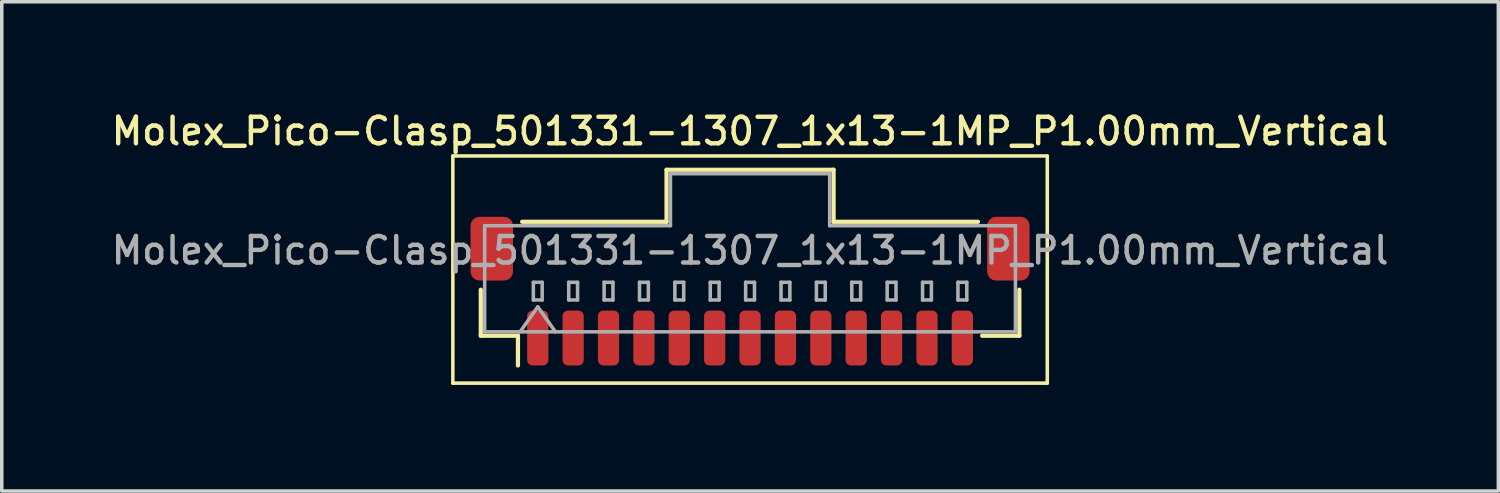
<source format=kicad_pcb>
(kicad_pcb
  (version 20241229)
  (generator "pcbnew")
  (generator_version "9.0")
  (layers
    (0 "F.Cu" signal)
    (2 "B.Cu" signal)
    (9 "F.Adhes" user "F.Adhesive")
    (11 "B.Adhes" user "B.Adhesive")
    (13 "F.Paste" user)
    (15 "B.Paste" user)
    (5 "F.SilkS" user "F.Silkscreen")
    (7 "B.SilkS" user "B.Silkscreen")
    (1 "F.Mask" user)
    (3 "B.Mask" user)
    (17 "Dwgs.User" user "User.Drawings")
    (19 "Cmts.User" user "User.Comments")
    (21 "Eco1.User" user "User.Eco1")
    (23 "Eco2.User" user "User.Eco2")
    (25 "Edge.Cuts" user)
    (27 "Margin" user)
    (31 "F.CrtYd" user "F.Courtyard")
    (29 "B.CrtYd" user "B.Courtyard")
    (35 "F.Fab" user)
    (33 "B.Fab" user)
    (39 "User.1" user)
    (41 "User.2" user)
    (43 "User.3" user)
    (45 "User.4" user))
  (footprint "Molex_Pico-Clasp_501331-1307_1x13-1MP_P1.00mm_Vertical"
    (layer "F.Cu")
    (at 18.148 5.178)
    (property "Reference" "Molex_Pico-Clasp_501331-1307_1x13-1MP_P1.00mm_Vertical" (at 0 -4.52 0) (layer "F.SilkS") (effects (font (size 0.75 0.75) (thickness 0.125))))
    (attr smd)
    (fp_line (start -8.4 -3.82) (end -8.4 2.6) (stroke (width 0.1) (type solid)) (layer "F.SilkS"))
    (fp_line (start -8.4 2.6) (end 8.4 2.6) (stroke (width 0.1) (type solid)) (layer "F.SilkS"))
    (fp_line (start -7.61 -0.04) (end -7.61 1.26) (stroke (width 0.12) (type solid)) (layer "F.SilkS"))
    (fp_line (start -7.61 1.26) (end -6.56 1.26) (stroke (width 0.12) (type solid)) (layer "F.SilkS"))
    (fp_line (start -6.56 1.26) (end -6.56 2.1) (stroke (width 0.12) (type solid)) (layer "F.SilkS"))
    (fp_line (start -6.44 -1.96) (end -2.36 -1.96) (stroke (width 0.12) (type solid)) (layer "F.SilkS"))
    (fp_line (start -2.36 -3.43) (end 2.36 -3.43) (stroke (width 0.12) (type solid)) (layer "F.SilkS"))
    (fp_line (start -2.36 -1.96) (end -2.36 -3.43) (stroke (width 0.12) (type solid)) (layer "F.SilkS"))
    (fp_line (start 2.36 -3.43) (end 2.36 -1.96) (stroke (width 0.12) (type solid)) (layer "F.SilkS"))
    (fp_line (start 2.36 -1.96) (end 6.44 -1.96) (stroke (width 0.12) (type solid)) (layer "F.SilkS"))
    (fp_line (start 7.61 -0.04) (end 7.61 1.26) (stroke (width 0.12) (type solid)) (layer "F.SilkS"))
    (fp_line (start 7.61 1.26) (end 6.56 1.26) (stroke (width 0.12) (type solid)) (layer "F.SilkS"))
    (fp_line (start 8.4 -3.82) (end -8.4 -3.82) (stroke (width 0.1) (type solid)) (layer "F.SilkS"))
    (fp_line (start 8.4 2.6) (end 8.4 -3.82) (stroke (width 0.1) (type solid)) (layer "F.SilkS"))
    (fp_line (start -7.5 -1.85) (end -2.25 -1.85) (stroke (width 0.1) (type solid)) (layer "F.Fab"))
    (fp_line (start -7.5 1.15) (end -7.5 -1.85) (stroke (width 0.1) (type solid)) (layer "F.Fab"))
    (fp_line (start -7.5 1.15) (end 7.5 1.15) (stroke (width 0.1) (type solid)) (layer "F.Fab"))
    (fp_line (start -6.5 1.15) (end -6 0.443) (stroke (width 0.1) (type solid)) (layer "F.Fab"))
    (fp_line (start -6.125 -0.25) (end -6.125 0.25) (stroke (width 0.1) (type solid)) (layer "F.Fab"))
    (fp_line (start -6.125 0.25) (end -5.875 0.25) (stroke (width 0.1) (type solid)) (layer "F.Fab"))
    (fp_line (start -6 0.443) (end -5.5 1.15) (stroke (width 0.1) (type solid)) (layer "F.Fab"))
    (fp_line (start -5.875 -0.25) (end -6.125 -0.25) (stroke (width 0.1) (type solid)) (layer "F.Fab"))
    (fp_line (start -5.875 0.25) (end -5.875 -0.25) (stroke (width 0.1) (type solid)) (layer "F.Fab"))
    (fp_line (start -5.125 -0.25) (end -5.125 0.25) (stroke (width 0.1) (type solid)) (layer "F.Fab"))
    (fp_line (start -5.125 0.25) (end -4.875 0.25) (stroke (width 0.1) (type solid)) (layer "F.Fab"))
    (fp_line (start -4.875 -0.25) (end -5.125 -0.25) (stroke (width 0.1) (type solid)) (layer "F.Fab"))
    (fp_line (start -4.875 0.25) (end -4.875 -0.25) (stroke (width 0.1) (type solid)) (layer "F.Fab"))
    (fp_line (start -4.125 -0.25) (end -4.125 0.25) (stroke (width 0.1) (type solid)) (layer "F.Fab"))
    (fp_line (start -4.125 0.25) (end -3.875 0.25) (stroke (width 0.1) (type solid)) (layer "F.Fab"))
    (fp_line (start -3.875 -0.25) (end -4.125 -0.25) (stroke (width 0.1) (type solid)) (layer "F.Fab"))
    (fp_line (start -3.875 0.25) (end -3.875 -0.25) (stroke (width 0.1) (type solid)) (layer "F.Fab"))
    (fp_line (start -3.125 -0.25) (end -3.125 0.25) (stroke (width 0.1) (type solid)) (layer "F.Fab"))
    (fp_line (start -3.125 0.25) (end -2.875 0.25) (stroke (width 0.1) (type solid)) (layer "F.Fab"))
    (fp_line (start -2.875 -0.25) (end -3.125 -0.25) (stroke (width 0.1) (type solid)) (layer "F.Fab"))
    (fp_line (start -2.875 0.25) (end -2.875 -0.25) (stroke (width 0.1) (type solid)) (layer "F.Fab"))
    (fp_line (start -2.25 -3.32) (end 2.25 -3.32) (stroke (width 0.1) (type solid)) (layer "F.Fab"))
    (fp_line (start -2.25 -1.85) (end -2.25 -3.32) (stroke (width 0.1) (type solid)) (layer "F.Fab"))
    (fp_line (start -2.125 -0.25) (end -2.125 0.25) (stroke (width 0.1) (type solid)) (layer "F.Fab"))
    (fp_line (start -2.125 0.25) (end -1.875 0.25) (stroke (width 0.1) (type solid)) (layer "F.Fab"))
    (fp_line (start -1.875 -0.25) (end -2.125 -0.25) (stroke (width 0.1) (type solid)) (layer "F.Fab"))
    (fp_line (start -1.875 0.25) (end -1.875 -0.25) (stroke (width 0.1) (type solid)) (layer "F.Fab"))
    (fp_line (start -1.125 -0.25) (end -1.125 0.25) (stroke (width 0.1) (type solid)) (layer "F.Fab"))
    (fp_line (start -1.125 0.25) (end -0.875 0.25) (stroke (width 0.1) (type solid)) (layer "F.Fab"))
    (fp_line (start -0.875 -0.25) (end -1.125 -0.25) (stroke (width 0.1) (type solid)) (layer "F.Fab"))
    (fp_line (start -0.875 0.25) (end -0.875 -0.25) (stroke (width 0.1) (type solid)) (layer "F.Fab"))
    (fp_line (start -0.125 -0.25) (end -0.125 0.25) (stroke (width 0.1) (type solid)) (layer "F.Fab"))
    (fp_line (start -0.125 0.25) (end 0.125 0.25) (stroke (width 0.1) (type solid)) (layer "F.Fab"))
    (fp_line (start 0.125 -0.25) (end -0.125 -0.25) (stroke (width 0.1) (type solid)) (layer "F.Fab"))
    (fp_line (start 0.125 0.25) (end 0.125 -0.25) (stroke (width 0.1) (type solid)) (layer "F.Fab"))
    (fp_line (start 0.875 -0.25) (end 0.875 0.25) (stroke (width 0.1) (type solid)) (layer "F.Fab"))
    (fp_line (start 0.875 0.25) (end 1.125 0.25) (stroke (width 0.1) (type solid)) (layer "F.Fab"))
    (fp_line (start 1.125 -0.25) (end 0.875 -0.25) (stroke (width 0.1) (type solid)) (layer "F.Fab"))
    (fp_line (start 1.125 0.25) (end 1.125 -0.25) (stroke (width 0.1) (type solid)) (layer "F.Fab"))
    (fp_line (start 1.875 -0.25) (end 1.875 0.25) (stroke (width 0.1) (type solid)) (layer "F.Fab"))
    (fp_line (start 1.875 0.25) (end 2.125 0.25) (stroke (width 0.1) (type solid)) (layer "F.Fab"))
    (fp_line (start 2.125 -0.25) (end 1.875 -0.25) (stroke (width 0.1) (type solid)) (layer "F.Fab"))
    (fp_line (start 2.125 0.25) (end 2.125 -0.25) (stroke (width 0.1) (type solid)) (layer "F.Fab"))
    (fp_line (start 2.25 -3.32) (end 2.25 -1.85) (stroke (width 0.1) (type solid)) (layer "F.Fab"))
    (fp_line (start 2.25 -1.85) (end 7.5 -1.85) (stroke (width 0.1) (type solid)) (layer "F.Fab"))
    (fp_line (start 2.875 -0.25) (end 2.875 0.25) (stroke (width 0.1) (type solid)) (layer "F.Fab"))
    (fp_line (start 2.875 0.25) (end 3.125 0.25) (stroke (width 0.1) (type solid)) (layer "F.Fab"))
    (fp_line (start 3.125 -0.25) (end 2.875 -0.25) (stroke (width 0.1) (type solid)) (layer "F.Fab"))
    (fp_line (start 3.125 0.25) (end 3.125 -0.25) (stroke (width 0.1) (type solid)) (layer "F.Fab"))
    (fp_line (start 3.875 -0.25) (end 3.875 0.25) (stroke (width 0.1) (type solid)) (layer "F.Fab"))
    (fp_line (start 3.875 0.25) (end 4.125 0.25) (stroke (width 0.1) (type solid)) (layer "F.Fab"))
    (fp_line (start 4.125 -0.25) (end 3.875 -0.25) (stroke (width 0.1) (type solid)) (layer "F.Fab"))
    (fp_line (start 4.125 0.25) (end 4.125 -0.25) (stroke (width 0.1) (type solid)) (layer "F.Fab"))
    (fp_line (start 4.875 -0.25) (end 4.875 0.25) (stroke (width 0.1) (type solid)) (layer "F.Fab"))
    (fp_line (start 4.875 0.25) (end 5.125 0.25) (stroke (width 0.1) (type solid)) (layer "F.Fab"))
    (fp_line (start 5.125 -0.25) (end 4.875 -0.25) (stroke (width 0.1) (type solid)) (layer "F.Fab"))
    (fp_line (start 5.125 0.25) (end 5.125 -0.25) (stroke (width 0.1) (type solid)) (layer "F.Fab"))
    (fp_line (start 5.875 -0.25) (end 5.875 0.25) (stroke (width 0.1) (type solid)) (layer "F.Fab"))
    (fp_line (start 5.875 0.25) (end 6.125 0.25) (stroke (width 0.1) (type solid)) (layer "F.Fab"))
    (fp_line (start 6.125 -0.25) (end 5.875 -0.25) (stroke (width 0.1) (type solid)) (layer "F.Fab"))
    (fp_line (start 6.125 0.25) (end 6.125 -0.25) (stroke (width 0.1) (type solid)) (layer "F.Fab"))
    (fp_line (start 7.5 1.15) (end 7.5 -1.85) (stroke (width 0.1) (type solid)) (layer "F.Fab"))
    (fp_text user "${REFERENCE}" (at 0 -1.15 0) (layer "F.Fab") (effects (font (size 0.75 0.75) (thickness 0.125))))
    (pad "1" smd roundrect (at -6 1.325) (size 0.6 1.55) (layers "F.Cu" "F.Mask" "F.Paste") (roundrect_rratio 0.25))
    (pad "2" smd roundrect (at -5 1.325) (size 0.6 1.55) (layers "F.Cu" "F.Mask" "F.Paste") (roundrect_rratio 0.25))
    (pad "3" smd roundrect (at -4 1.325) (size 0.6 1.55) (layers "F.Cu" "F.Mask" "F.Paste") (roundrect_rratio 0.25))
    (pad "4" smd roundrect (at -3 1.325) (size 0.6 1.55) (layers "F.Cu" "F.Mask" "F.Paste") (roundrect_rratio 0.25))
    (pad "5" smd roundrect (at -2 1.325) (size 0.6 1.55) (layers "F.Cu" "F.Mask" "F.Paste") (roundrect_rratio 0.25))
    (pad "6" smd roundrect (at -1 1.325) (size 0.6 1.55) (layers "F.Cu" "F.Mask" "F.Paste") (roundrect_rratio 0.25))
    (pad "7" smd roundrect (at 0 1.325) (size 0.6 1.55) (layers "F.Cu" "F.Mask" "F.Paste") (roundrect_rratio 0.25))
    (pad "8" smd roundrect (at 1 1.325) (size 0.6 1.55) (layers "F.Cu" "F.Mask" "F.Paste") (roundrect_rratio 0.25))
    (pad "9" smd roundrect (at 2 1.325) (size 0.6 1.55) (layers "F.Cu" "F.Mask" "F.Paste") (roundrect_rratio 0.25))
    (pad "10" smd roundrect (at 3 1.325) (size 0.6 1.55) (layers "F.Cu" "F.Mask" "F.Paste") (roundrect_rratio 0.25))
    (pad "11" smd roundrect (at 4 1.325) (size 0.6 1.55) (layers "F.Cu" "F.Mask" "F.Paste") (roundrect_rratio 0.25))
    (pad "12" smd roundrect (at 5 1.325) (size 0.6 1.55) (layers "F.Cu" "F.Mask" "F.Paste") (roundrect_rratio 0.25))
    (pad "13" smd roundrect (at 6 1.325) (size 0.6 1.55) (layers "F.Cu" "F.Mask" "F.Paste") (roundrect_rratio 0.25))
    (pad "MP" smd roundrect (at -7.3 -1.2) (size 1.2 1.8) (layers "F.Cu" "F.Mask" "F.Paste") (roundrect_rratio 0.208))
    (pad "MP" smd roundrect (at 7.3 -1.2) (size 1.2 1.8) (layers "F.Cu" "F.Mask" "F.Paste") (roundrect_rratio 0.208)))
  (gr_rect
    (start -3 -3)
    (end 39.296 10.828)
    (stroke (width 0.1) (type default))
    (fill no)
    (layer "Edge.Cuts")))
</source>
